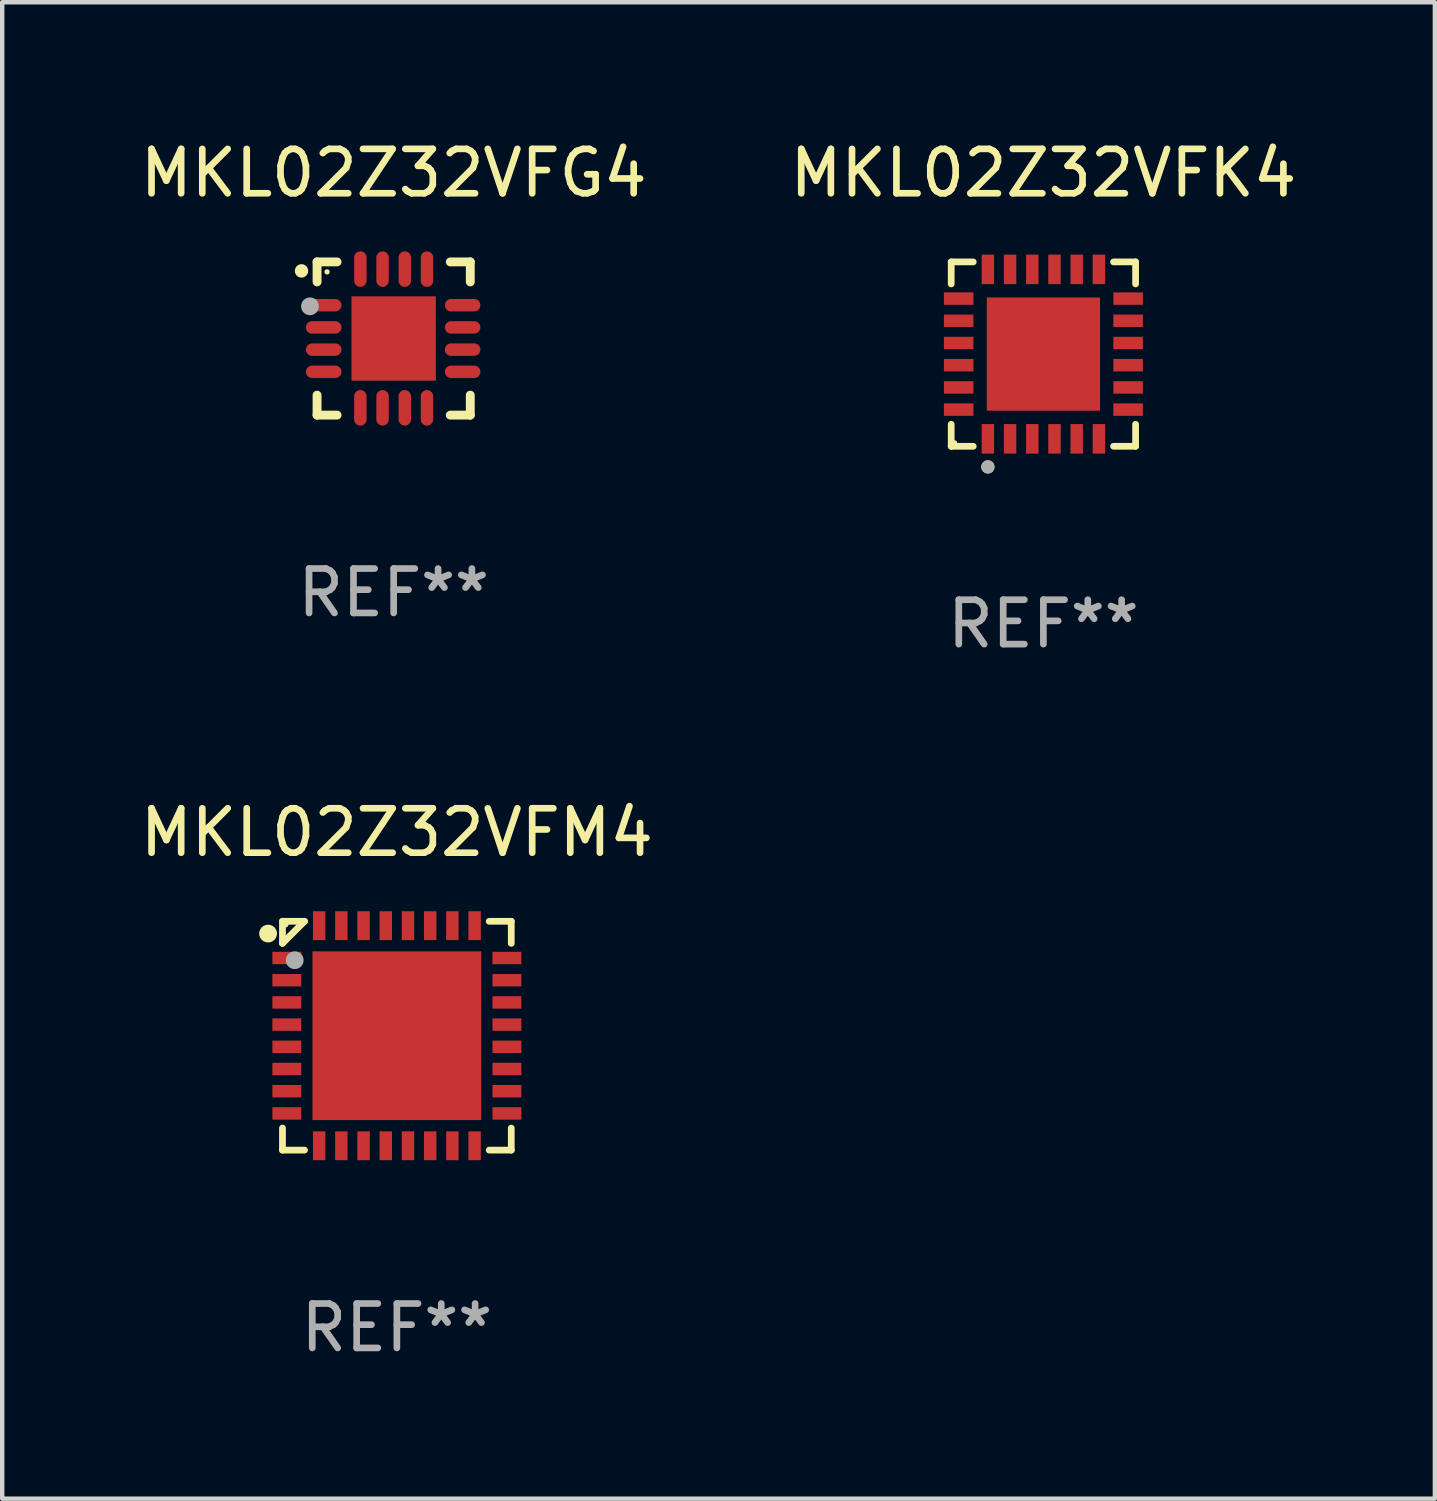
<source format=kicad_pcb>
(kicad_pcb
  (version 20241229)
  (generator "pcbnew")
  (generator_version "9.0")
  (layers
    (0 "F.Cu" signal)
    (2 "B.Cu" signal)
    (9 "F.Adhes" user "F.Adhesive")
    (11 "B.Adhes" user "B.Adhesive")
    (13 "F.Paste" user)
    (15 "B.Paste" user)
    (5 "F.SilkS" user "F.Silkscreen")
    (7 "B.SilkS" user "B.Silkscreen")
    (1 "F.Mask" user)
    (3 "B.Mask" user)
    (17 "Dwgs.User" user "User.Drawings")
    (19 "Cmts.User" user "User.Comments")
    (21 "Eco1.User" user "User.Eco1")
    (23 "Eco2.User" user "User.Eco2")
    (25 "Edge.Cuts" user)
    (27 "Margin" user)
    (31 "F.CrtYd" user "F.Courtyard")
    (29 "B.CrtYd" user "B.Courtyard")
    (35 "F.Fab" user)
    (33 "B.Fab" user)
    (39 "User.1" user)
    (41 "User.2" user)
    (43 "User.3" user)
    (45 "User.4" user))
  (footprint "MKL02Z32VFG4"
    (layer "F.Cu")
    (at 5.815 4.573)
    (property "Reference" "MKL02Z32VFG4" (at 0 -3.725 0) (layer "F.SilkS") (effects (font (size 1 1) (thickness 0.15))))
    (attr through_hole)
    (fp_line (start -1.725 -1.725) (end -1.275 -1.725) (stroke (width 0.2) (type solid)) (layer "F.SilkS"))
    (fp_line (start -1.725 -1.275) (end -1.725 -1.725) (stroke (width 0.2) (type solid)) (layer "F.SilkS"))
    (fp_line (start -1.725 1.725) (end -1.725 1.275) (stroke (width 0.2) (type solid)) (layer "F.SilkS"))
    (fp_line (start -1.275 1.725) (end -1.725 1.725) (stroke (width 0.2) (type solid)) (layer "F.SilkS"))
    (fp_line (start 1.275 -1.725) (end 1.725 -1.725) (stroke (width 0.2) (type solid)) (layer "F.SilkS"))
    (fp_line (start 1.275 1.725) (end 1.725 1.725) (stroke (width 0.2) (type solid)) (layer "F.SilkS"))
    (fp_line (start 1.725 -1.725) (end 1.725 -1.275) (stroke (width 0.2) (type solid)) (layer "F.SilkS"))
    (fp_line (start 1.725 1.725) (end 1.725 1.275) (stroke (width 0.2) (type solid)) (layer "F.SilkS"))
    (fp_arc (start -2.075184 -1.521463) (mid -2.075189 -1.522733) (end -2.075184 -1.524003) (stroke (width 0.3) (type solid)) (layer "F.SilkS"))
    (fp_circle (center -1.5 -1.5) (end -1.47 -1.5) (stroke (width 0.06) (type solid)) (fill no) (layer "F.SilkS"))
    (fp_circle (center -1.885 -0.725) (end -1.785 -0.725) (stroke (width 0.2) (type solid)) (fill no) (layer "F.Fab"))
    (fp_text user "REF**" (at 0 5.725 0) (layer "F.Fab") (effects (font (size 1 1) (thickness 0.15))))
    (pad "1" smd oval (at -1.576 -0.75 90) (size 0.28 0.8) (layers "F.Cu" "F.Mask" "F.Paste"))
    (pad "2" smd oval (at -1.576 -0.25 90) (size 0.28 0.8) (layers "F.Cu" "F.Mask" "F.Paste"))
    (pad "3" smd oval (at -1.576 0.25 90) (size 0.28 0.8) (layers "F.Cu" "F.Mask" "F.Paste"))
    (pad "4" smd oval (at -1.576 0.75 90) (size 0.28 0.8) (layers "F.Cu" "F.Mask" "F.Paste"))
    (pad "5" smd oval (at -0.75 1.561) (size 0.28 0.8) (layers "F.Cu" "F.Mask" "F.Paste"))
    (pad "6" smd oval (at -0.25 1.561) (size 0.28 0.8) (layers "F.Cu" "F.Mask" "F.Paste"))
    (pad "7" smd oval (at 0.25 1.561) (size 0.28 0.8) (layers "F.Cu" "F.Mask" "F.Paste"))
    (pad "8" smd oval (at 0.75 1.561) (size 0.28 0.8) (layers "F.Cu" "F.Mask" "F.Paste"))
    (pad "9" smd oval (at 1.553 0.75 90) (size 0.28 0.8) (layers "F.Cu" "F.Mask" "F.Paste"))
    (pad "10" smd oval (at 1.553 0.25 90) (size 0.28 0.8) (layers "F.Cu" "F.Mask" "F.Paste"))
    (pad "11" smd oval (at 1.553 -0.25 90) (size 0.28 0.8) (layers "F.Cu" "F.Mask" "F.Paste"))
    (pad "12" smd oval (at 1.553 -0.75 90) (size 0.28 0.8) (layers "F.Cu" "F.Mask" "F.Paste"))
    (pad "13" smd oval (at 0.75 -1.563) (size 0.28 0.8) (layers "F.Cu" "F.Mask" "F.Paste"))
    (pad "14" smd oval (at 0.25 -1.563) (size 0.28 0.8) (layers "F.Cu" "F.Mask" "F.Paste"))
    (pad "15" smd oval (at -0.25 -1.563) (size 0.28 0.8) (layers "F.Cu" "F.Mask" "F.Paste"))
    (pad "16" smd oval (at -0.75 -1.563) (size 0.28 0.8) (layers "F.Cu" "F.Mask" "F.Paste"))
    (pad "17" smd rect (at 0 -0.000051) (size 1.9 1.9) (layers "F.Cu" "F.Mask" "F.Paste")))
  (footprint "MKL02Z32VFK4"
    (layer "F.Cu")
    (at 20.446 4.924)
    (property "Reference" "MKL02Z32VFK4" (at 0 -4.076 0) (layer "F.SilkS") (effects (font (size 1 1) (thickness 0.15))))
    (attr through_hole)
    (fp_line (start -2.076 -2.076) (end -1.58 -2.076) (stroke (width 0.152) (type solid)) (layer "F.SilkS"))
    (fp_line (start -2.076 -1.58) (end -2.076 -2.076) (stroke (width 0.152) (type solid)) (layer "F.SilkS"))
    (fp_line (start -2.076 1.58) (end -2.076 2.076) (stroke (width 0.152) (type solid)) (layer "F.SilkS"))
    (fp_line (start -2.076 2.076) (end -1.58 2.076) (stroke (width 0.152) (type solid)) (layer "F.SilkS"))
    (fp_line (start 2.076 -2.076) (end 1.58 -2.076) (stroke (width 0.152) (type solid)) (layer "F.SilkS"))
    (fp_line (start 2.076 -1.58) (end 2.076 -2.076) (stroke (width 0.152) (type solid)) (layer "F.SilkS"))
    (fp_line (start 2.076 1.58) (end 2.076 2.076) (stroke (width 0.152) (type solid)) (layer "F.SilkS"))
    (fp_line (start 2.076 2.076) (end 1.58 2.076) (stroke (width 0.152) (type solid)) (layer "F.SilkS"))
    (fp_circle (center -2 2) (end -1.97 2) (stroke (width 0.06) (type solid)) (fill no) (layer "F.SilkS"))
    (fp_circle (center -1.25 2.54) (end -1.175 2.54) (stroke (width 0.15) (type solid)) (fill no) (layer "F.SilkS"))
    (fp_circle (center -1.25 2.54) (end -1.175 2.54) (stroke (width 0.15) (type solid)) (fill no) (layer "F.Fab"))
    (fp_text user "REF**" (at 0 6.076 0) (layer "F.Fab") (effects (font (size 1 1) (thickness 0.15))))
    (pad "1" smd rect (at -1.25 1.908) (size 0.28 0.665) (layers "F.Cu" "F.Mask" "F.Paste"))
    (pad "2" smd rect (at -0.75 1.908) (size 0.28 0.665) (layers "F.Cu" "F.Mask" "F.Paste"))
    (pad "3" smd rect (at -0.25 1.908) (size 0.28 0.665) (layers "F.Cu" "F.Mask" "F.Paste"))
    (pad "4" smd rect (at 0.25 1.908) (size 0.28 0.665) (layers "F.Cu" "F.Mask" "F.Paste"))
    (pad "5" smd rect (at 0.75 1.908) (size 0.28 0.665) (layers "F.Cu" "F.Mask" "F.Paste"))
    (pad "6" smd rect (at 1.25 1.908) (size 0.28 0.665) (layers "F.Cu" "F.Mask" "F.Paste"))
    (pad "7" smd rect (at 1.908 1.25) (size 0.665 0.28) (layers "F.Cu" "F.Mask" "F.Paste"))
    (pad "8" smd rect (at 1.908 0.75) (size 0.665 0.28) (layers "F.Cu" "F.Mask" "F.Paste"))
    (pad "9" smd rect (at 1.908 0.25) (size 0.665 0.28) (layers "F.Cu" "F.Mask" "F.Paste"))
    (pad "10" smd rect (at 1.908 -0.25) (size 0.665 0.28) (layers "F.Cu" "F.Mask" "F.Paste"))
    (pad "11" smd rect (at 1.908 -0.75) (size 0.665 0.28) (layers "F.Cu" "F.Mask" "F.Paste"))
    (pad "12" smd rect (at 1.908 -1.25) (size 0.665 0.28) (layers "F.Cu" "F.Mask" "F.Paste"))
    (pad "13" smd rect (at 1.25 -1.908) (size 0.28 0.665) (layers "F.Cu" "F.Mask" "F.Paste"))
    (pad "14" smd rect (at 0.75 -1.908) (size 0.28 0.665) (layers "F.Cu" "F.Mask" "F.Paste"))
    (pad "15" smd rect (at 0.25 -1.908) (size 0.28 0.665) (layers "F.Cu" "F.Mask" "F.Paste"))
    (pad "16" smd rect (at -0.25 -1.908) (size 0.28 0.665) (layers "F.Cu" "F.Mask" "F.Paste"))
    (pad "17" smd rect (at -0.75 -1.908) (size 0.28 0.665) (layers "F.Cu" "F.Mask" "F.Paste"))
    (pad "18" smd rect (at -1.25 -1.908) (size 0.28 0.665) (layers "F.Cu" "F.Mask" "F.Paste"))
    (pad "19" smd rect (at -1.908 -1.25) (size 0.665 0.28) (layers "F.Cu" "F.Mask" "F.Paste"))
    (pad "20" smd rect (at -1.908 -0.75) (size 0.665 0.28) (layers "F.Cu" "F.Mask" "F.Paste"))
    (pad "21" smd rect (at -1.908 -0.25) (size 0.665 0.28) (layers "F.Cu" "F.Mask" "F.Paste"))
    (pad "22" smd rect (at -1.908 0.25) (size 0.665 0.28) (layers "F.Cu" "F.Mask" "F.Paste"))
    (pad "23" smd rect (at -1.908 0.75) (size 0.665 0.28) (layers "F.Cu" "F.Mask" "F.Paste"))
    (pad "24" smd rect (at -1.908 1.25) (size 0.665 0.28) (layers "F.Cu" "F.Mask" "F.Paste"))
    (pad "25" smd rect (at 0 0) (size 2.55 2.55) (layers "F.Cu" "F.Mask" "F.Paste")))
  (footprint "MKL02Z32VFM4"
    (layer "F.Cu")
    (at 5.887 20.273)
    (property "Reference" "MKL02Z32VFM4" (at 0 -4.576 0) (layer "F.SilkS") (effects (font (size 1 1) (thickness 0.15))))
    (attr through_hole)
    (fp_line (start -2.576 -2.576) (end -2.576 -2.08) (stroke (width 0.152) (type solid)) (layer "F.SilkS"))
    (fp_line (start -2.576 2.576) (end -2.576 2.08) (stroke (width 0.152) (type solid)) (layer "F.SilkS"))
    (fp_line (start -2.08 -2.576) (end -2.576 -2.576) (stroke (width 0.152) (type solid)) (layer "F.SilkS"))
    (fp_line (start -2.08 -2.576) (end -2.576 -2.08) (stroke (width 0.152) (type solid)) (layer "F.SilkS"))
    (fp_line (start -2.08 2.576) (end -2.576 2.576) (stroke (width 0.152) (type solid)) (layer "F.SilkS"))
    (fp_line (start 2.08 -2.576) (end 2.576 -2.576) (stroke (width 0.152) (type solid)) (layer "F.SilkS"))
    (fp_line (start 2.08 2.576) (end 2.576 2.576) (stroke (width 0.152) (type solid)) (layer "F.SilkS"))
    (fp_line (start 2.576 -2.576) (end 2.576 -2.08) (stroke (width 0.152) (type solid)) (layer "F.SilkS"))
    (fp_line (start 2.576 2.576) (end 2.576 2.08) (stroke (width 0.152) (type solid)) (layer "F.SilkS"))
    (fp_circle (center -2.9 -2.3) (end -2.8 -2.3) (stroke (width 0.2) (type solid)) (fill no) (layer "F.SilkS"))
    (fp_circle (center -2.5 -2.5) (end -2.47 -2.5) (stroke (width 0.06) (type solid)) (fill no) (layer "F.SilkS"))
    (fp_circle (center -2.3 -1.7) (end -2.2 -1.7) (stroke (width 0.2) (type solid)) (fill no) (layer "F.Fab"))
    (fp_text user "REF**" (at 0 6.576 0) (layer "F.Fab") (effects (font (size 1 1) (thickness 0.15))))
    (pad "1" smd rect (at -2.478 -1.75) (size 0.65 0.28) (layers "F.Cu" "F.Mask" "F.Paste"))
    (pad "2" smd rect (at -2.478 -1.25) (size 0.65 0.28) (layers "F.Cu" "F.Mask" "F.Paste"))
    (pad "3" smd rect (at -2.478 -0.75) (size 0.65 0.28) (layers "F.Cu" "F.Mask" "F.Paste"))
    (pad "4" smd rect (at -2.478 -0.25) (size 0.65 0.28) (layers "F.Cu" "F.Mask" "F.Paste"))
    (pad "5" smd rect (at -2.478 0.25) (size 0.65 0.28) (layers "F.Cu" "F.Mask" "F.Paste"))
    (pad "6" smd rect (at -2.478 0.75) (size 0.65 0.28) (layers "F.Cu" "F.Mask" "F.Paste"))
    (pad "7" smd rect (at -2.478 1.25) (size 0.65 0.28) (layers "F.Cu" "F.Mask" "F.Paste"))
    (pad "8" smd rect (at -2.478 1.75) (size 0.65 0.28) (layers "F.Cu" "F.Mask" "F.Paste"))
    (pad "9" smd rect (at -1.75 2.478) (size 0.28 0.65) (layers "F.Cu" "F.Mask" "F.Paste"))
    (pad "10" smd rect (at -1.25 2.478) (size 0.28 0.65) (layers "F.Cu" "F.Mask" "F.Paste"))
    (pad "11" smd rect (at -0.75 2.478) (size 0.28 0.65) (layers "F.Cu" "F.Mask" "F.Paste"))
    (pad "12" smd rect (at -0.25 2.478) (size 0.28 0.65) (layers "F.Cu" "F.Mask" "F.Paste"))
    (pad "13" smd rect (at 0.25 2.478) (size 0.28 0.65) (layers "F.Cu" "F.Mask" "F.Paste"))
    (pad "14" smd rect (at 0.75 2.478) (size 0.28 0.65) (layers "F.Cu" "F.Mask" "F.Paste"))
    (pad "15" smd rect (at 1.25 2.478) (size 0.28 0.65) (layers "F.Cu" "F.Mask" "F.Paste"))
    (pad "16" smd rect (at 1.75 2.478) (size 0.28 0.65) (layers "F.Cu" "F.Mask" "F.Paste"))
    (pad "17" smd rect (at 2.478 1.75) (size 0.65 0.28) (layers "F.Cu" "F.Mask" "F.Paste"))
    (pad "18" smd rect (at 2.478 1.25) (size 0.65 0.28) (layers "F.Cu" "F.Mask" "F.Paste"))
    (pad "19" smd rect (at 2.478 0.75) (size 0.65 0.28) (layers "F.Cu" "F.Mask" "F.Paste"))
    (pad "20" smd rect (at 2.478 0.25) (size 0.65 0.28) (layers "F.Cu" "F.Mask" "F.Paste"))
    (pad "21" smd rect (at 2.478 -0.25) (size 0.65 0.28) (layers "F.Cu" "F.Mask" "F.Paste"))
    (pad "22" smd rect (at 2.478 -0.75) (size 0.65 0.28) (layers "F.Cu" "F.Mask" "F.Paste"))
    (pad "23" smd rect (at 2.478 -1.25) (size 0.65 0.28) (layers "F.Cu" "F.Mask" "F.Paste"))
    (pad "24" smd rect (at 2.478 -1.75) (size 0.65 0.28) (layers "F.Cu" "F.Mask" "F.Paste"))
    (pad "25" smd rect (at 1.75 -2.478) (size 0.28 0.65) (layers "F.Cu" "F.Mask" "F.Paste"))
    (pad "26" smd rect (at 1.25 -2.478) (size 0.28 0.65) (layers "F.Cu" "F.Mask" "F.Paste"))
    (pad "27" smd rect (at 0.75 -2.478) (size 0.28 0.65) (layers "F.Cu" "F.Mask" "F.Paste"))
    (pad "28" smd rect (at 0.25 -2.478) (size 0.28 0.65) (layers "F.Cu" "F.Mask" "F.Paste"))
    (pad "29" smd rect (at -0.25 -2.478) (size 0.28 0.65) (layers "F.Cu" "F.Mask" "F.Paste"))
    (pad "30" smd rect (at -0.75 -2.478) (size 0.28 0.65) (layers "F.Cu" "F.Mask" "F.Paste"))
    (pad "31" smd rect (at -1.25 -2.478) (size 0.28 0.65) (layers "F.Cu" "F.Mask" "F.Paste"))
    (pad "32" smd rect (at -1.75 -2.478) (size 0.28 0.65) (layers "F.Cu" "F.Mask" "F.Paste"))
    (pad "33" smd rect (at 0 0) (size 3.8 3.8) (layers "F.Cu" "F.Mask" "F.Paste")))
  (gr_rect
    (start -3 -3)
    (end 29.262 30.698)
    (stroke (width 0.1) (type default))
    (fill no)
    (layer "Edge.Cuts")))
</source>
